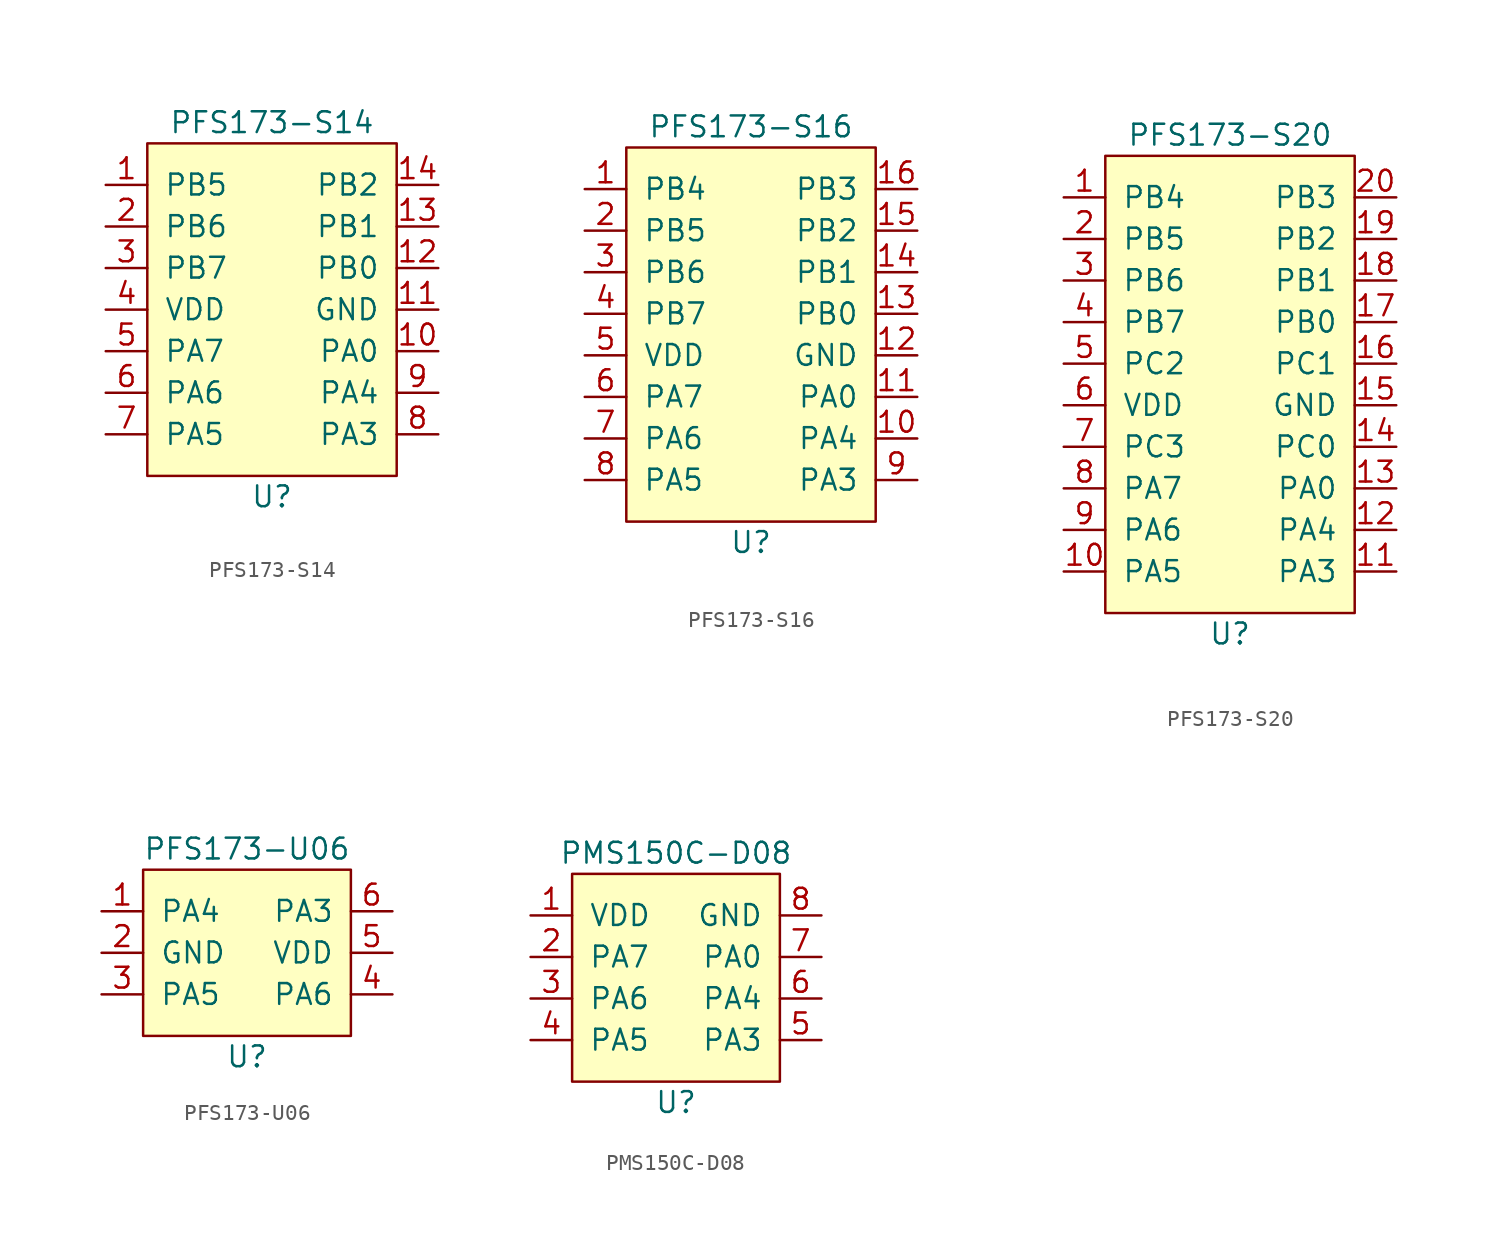
<source format=kicad_sym>
(kicad_symbol_lib
  (version 20211014)
  (generator kicad_symbol_editor)
  (symbol "PFS173-S14"
    (pin_names
      (offset 1.016))
    (property "Reference" "U"
      (at 0 -11.43 0)
      (effects (font (size 1.27 1.27))))
    (property "Value" "PFS173-S14"
      (at 0 11.43 0)
      (effects (font (size 1.27 1.27))))
    (symbol "PFS173-S14_0_1"
      (rectangle (start -7.62 10.16) (end 7.62 -10.16) (stroke (width 0) (type default) (color 0 0 0 0)) (fill (type background))))
    (symbol "PFS173-S14_1_1"
      (pin input line (at -10.16 7.62 0) (length 2.54) (name "PB5" (effects (font (size 1.27 1.27)))) (number "1" (effects (font (size 1.27 1.27)))))
      (pin input line (at 10.16 -2.54 180) (length 2.54) (name "PA0" (effects (font (size 1.27 1.27)))) (number "10" (effects (font (size 1.27 1.27)))))
      (pin input line (at 10.16 0 180) (length 2.54) (name "GND" (effects (font (size 1.27 1.27)))) (number "11" (effects (font (size 1.27 1.27)))))
      (pin input line (at 10.16 2.54 180) (length 2.54) (name "PB0" (effects (font (size 1.27 1.27)))) (number "12" (effects (font (size 1.27 1.27)))))
      (pin input line (at 10.16 5.08 180) (length 2.54) (name "PB1" (effects (font (size 1.27 1.27)))) (number "13" (effects (font (size 1.27 1.27)))))
      (pin input line (at 10.16 7.62 180) (length 2.54) (name "PB2" (effects (font (size 1.27 1.27)))) (number "14" (effects (font (size 1.27 1.27)))))
      (pin input line (at -10.16 5.08 0) (length 2.54) (name "PB6" (effects (font (size 1.27 1.27)))) (number "2" (effects (font (size 1.27 1.27)))))
      (pin input line (at -10.16 2.54 0) (length 2.54) (name "PB7" (effects (font (size 1.27 1.27)))) (number "3" (effects (font (size 1.27 1.27)))))
      (pin input line (at -10.16 0 0) (length 2.54) (name "VDD" (effects (font (size 1.27 1.27)))) (number "4" (effects (font (size 1.27 1.27)))))
      (pin input line (at -10.16 -2.54 0) (length 2.54) (name "PA7" (effects (font (size 1.27 1.27)))) (number "5" (effects (font (size 1.27 1.27)))))
      (pin input line (at -10.16 -5.08 0) (length 2.54) (name "PA6" (effects (font (size 1.27 1.27)))) (number "6" (effects (font (size 1.27 1.27)))))
      (pin input line (at -10.16 -7.62 0) (length 2.54) (name "PA5" (effects (font (size 1.27 1.27)))) (number "7" (effects (font (size 1.27 1.27)))))
      (pin input line (at 10.16 -7.62 180) (length 2.54) (name "PA3" (effects (font (size 1.27 1.27)))) (number "8" (effects (font (size 1.27 1.27)))))
      (pin input line (at 10.16 -5.08 180) (length 2.54) (name "PA4" (effects (font (size 1.27 1.27)))) (number "9" (effects (font (size 1.27 1.27)))))))
  (symbol "PFS173-S16"
    (pin_names
      (offset 1.016))
    (property "Reference" "U"
      (at 0 -12.7 0)
      (effects (font (size 1.27 1.27))))
    (property "Value" "PFS173-S16"
      (at 0 12.7 0)
      (effects (font (size 1.27 1.27))))
    (symbol "PFS173-S16_0_1"
      (rectangle (start -7.62 11.43) (end 7.62 -11.43) (stroke (width 0) (type default) (color 0 0 0 0)) (fill (type background))))
    (symbol "PFS173-S16_1_1"
      (pin input line (at -10.16 8.89 0) (length 2.54) (name "PB4" (effects (font (size 1.27 1.27)))) (number "1" (effects (font (size 1.27 1.27)))))
      (pin input line (at 10.16 -6.35 180) (length 2.54) (name "PA4" (effects (font (size 1.27 1.27)))) (number "10" (effects (font (size 1.27 1.27)))))
      (pin input line (at 10.16 -3.81 180) (length 2.54) (name "PA0" (effects (font (size 1.27 1.27)))) (number "11" (effects (font (size 1.27 1.27)))))
      (pin input line (at 10.16 -1.27 180) (length 2.54) (name "GND" (effects (font (size 1.27 1.27)))) (number "12" (effects (font (size 1.27 1.27)))))
      (pin input line (at 10.16 1.27 180) (length 2.54) (name "PB0" (effects (font (size 1.27 1.27)))) (number "13" (effects (font (size 1.27 1.27)))))
      (pin input line (at 10.16 3.81 180) (length 2.54) (name "PB1" (effects (font (size 1.27 1.27)))) (number "14" (effects (font (size 1.27 1.27)))))
      (pin input line (at 10.16 6.35 180) (length 2.54) (name "PB2" (effects (font (size 1.27 1.27)))) (number "15" (effects (font (size 1.27 1.27)))))
      (pin input line (at 10.16 8.89 180) (length 2.54) (name "PB3" (effects (font (size 1.27 1.27)))) (number "16" (effects (font (size 1.27 1.27)))))
      (pin input line (at -10.16 6.35 0) (length 2.54) (name "PB5" (effects (font (size 1.27 1.27)))) (number "2" (effects (font (size 1.27 1.27)))))
      (pin input line (at -10.16 3.81 0) (length 2.54) (name "PB6" (effects (font (size 1.27 1.27)))) (number "3" (effects (font (size 1.27 1.27)))))
      (pin input line (at -10.16 1.27 0) (length 2.54) (name "PB7" (effects (font (size 1.27 1.27)))) (number "4" (effects (font (size 1.27 1.27)))))
      (pin input line (at -10.16 -1.27 0) (length 2.54) (name "VDD" (effects (font (size 1.27 1.27)))) (number "5" (effects (font (size 1.27 1.27)))))
      (pin input line (at -10.16 -3.81 0) (length 2.54) (name "PA7" (effects (font (size 1.27 1.27)))) (number "6" (effects (font (size 1.27 1.27)))))
      (pin input line (at -10.16 -6.35 0) (length 2.54) (name "PA6" (effects (font (size 1.27 1.27)))) (number "7" (effects (font (size 1.27 1.27)))))
      (pin input line (at -10.16 -8.89 0) (length 2.54) (name "PA5" (effects (font (size 1.27 1.27)))) (number "8" (effects (font (size 1.27 1.27)))))
      (pin input line (at 10.16 -8.89 180) (length 2.54) (name "PA3" (effects (font (size 1.27 1.27)))) (number "9" (effects (font (size 1.27 1.27)))))))
  (symbol "PFS173-S20"
    (pin_names
      (offset 1.016))
    (property "Reference" "U"
      (at 0 -15.24 0)
      (effects (font (size 1.27 1.27))))
    (property "Value" "PFS173-S20"
      (at 0 15.24 0)
      (effects (font (size 1.27 1.27))))
    (symbol "PFS173-S20_0_1"
      (rectangle (start -7.62 13.97) (end 7.62 -13.97) (stroke (width 0) (type default) (color 0 0 0 0)) (fill (type background))))
    (symbol "PFS173-S20_1_1"
      (pin input line (at -10.16 11.43 0) (length 2.54) (name "PB4" (effects (font (size 1.27 1.27)))) (number "1" (effects (font (size 1.27 1.27)))))
      (pin input line (at -10.16 -11.43 0) (length 2.54) (name "PA5" (effects (font (size 1.27 1.27)))) (number "10" (effects (font (size 1.27 1.27)))))
      (pin input line (at 10.16 -11.43 180) (length 2.54) (name "PA3" (effects (font (size 1.27 1.27)))) (number "11" (effects (font (size 1.27 1.27)))))
      (pin input line (at 10.16 -8.89 180) (length 2.54) (name "PA4" (effects (font (size 1.27 1.27)))) (number "12" (effects (font (size 1.27 1.27)))))
      (pin input line (at 10.16 -6.35 180) (length 2.54) (name "PA0" (effects (font (size 1.27 1.27)))) (number "13" (effects (font (size 1.27 1.27)))))
      (pin input line (at 10.16 -3.81 180) (length 2.54) (name "PC0" (effects (font (size 1.27 1.27)))) (number "14" (effects (font (size 1.27 1.27)))))
      (pin input line (at 10.16 -1.27 180) (length 2.54) (name "GND" (effects (font (size 1.27 1.27)))) (number "15" (effects (font (size 1.27 1.27)))))
      (pin input line (at 10.16 1.27 180) (length 2.54) (name "PC1" (effects (font (size 1.27 1.27)))) (number "16" (effects (font (size 1.27 1.27)))))
      (pin input line (at 10.16 3.81 180) (length 2.54) (name "PB0" (effects (font (size 1.27 1.27)))) (number "17" (effects (font (size 1.27 1.27)))))
      (pin input line (at 10.16 6.35 180) (length 2.54) (name "PB1" (effects (font (size 1.27 1.27)))) (number "18" (effects (font (size 1.27 1.27)))))
      (pin input line (at 10.16 8.89 180) (length 2.54) (name "PB2" (effects (font (size 1.27 1.27)))) (number "19" (effects (font (size 1.27 1.27)))))
      (pin input line (at -10.16 8.89 0) (length 2.54) (name "PB5" (effects (font (size 1.27 1.27)))) (number "2" (effects (font (size 1.27 1.27)))))
      (pin input line (at 10.16 11.43 180) (length 2.54) (name "PB3" (effects (font (size 1.27 1.27)))) (number "20" (effects (font (size 1.27 1.27)))))
      (pin input line (at -10.16 6.35 0) (length 2.54) (name "PB6" (effects (font (size 1.27 1.27)))) (number "3" (effects (font (size 1.27 1.27)))))
      (pin input line (at -10.16 3.81 0) (length 2.54) (name "PB7" (effects (font (size 1.27 1.27)))) (number "4" (effects (font (size 1.27 1.27)))))
      (pin input line (at -10.16 1.27 0) (length 2.54) (name "PC2" (effects (font (size 1.27 1.27)))) (number "5" (effects (font (size 1.27 1.27)))))
      (pin input line (at -10.16 -1.27 0) (length 2.54) (name "VDD" (effects (font (size 1.27 1.27)))) (number "6" (effects (font (size 1.27 1.27)))))
      (pin input line (at -10.16 -3.81 0) (length 2.54) (name "PC3" (effects (font (size 1.27 1.27)))) (number "7" (effects (font (size 1.27 1.27)))))
      (pin input line (at -10.16 -6.35 0) (length 2.54) (name "PA7" (effects (font (size 1.27 1.27)))) (number "8" (effects (font (size 1.27 1.27)))))
      (pin input line (at -10.16 -8.89 0) (length 2.54) (name "PA6" (effects (font (size 1.27 1.27)))) (number "9" (effects (font (size 1.27 1.27)))))))
  (symbol "PFS173-U06"
    (pin_names
      (offset 1.016))
    (property "Reference" "U"
      (at 0 -6.35 0)
      (effects (font (size 1.27 1.27))))
    (property "Value" "PFS173-U06"
      (at 0 6.35 0)
      (effects (font (size 1.27 1.27))))
    (symbol "PFS173-U06_0_1"
      (rectangle (start -6.35 5.08) (end 6.35 -5.08) (stroke (width 0) (type default) (color 0 0 0 0)) (fill (type background))))
    (symbol "PFS173-U06_1_1"
      (pin input line (at -8.89 2.54 0) (length 2.54) (name "PA4" (effects (font (size 1.27 1.27)))) (number "1" (effects (font (size 1.27 1.27)))))
      (pin input line (at -8.89 0 0) (length 2.54) (name "GND" (effects (font (size 1.27 1.27)))) (number "2" (effects (font (size 1.27 1.27)))))
      (pin input line (at -8.89 -2.54 0) (length 2.54) (name "PA5" (effects (font (size 1.27 1.27)))) (number "3" (effects (font (size 1.27 1.27)))))
      (pin input line (at 8.89 -2.54 180) (length 2.54) (name "PA6" (effects (font (size 1.27 1.27)))) (number "4" (effects (font (size 1.27 1.27)))))
      (pin input line (at 8.89 0 180) (length 2.54) (name "VDD" (effects (font (size 1.27 1.27)))) (number "5" (effects (font (size 1.27 1.27)))))
      (pin input line (at 8.89 2.54 180) (length 2.54) (name "PA3" (effects (font (size 1.27 1.27)))) (number "6" (effects (font (size 1.27 1.27)))))))
  (symbol "PMS150C-D08"
    (pin_names
      (offset 1.016))
    (property "Reference" "U"
      (at 0 -7.62 0)
      (effects (font (size 1.27 1.27))))
    (property "Value" "PMS150C-D08"
      (at 0 7.62 0)
      (effects (font (size 1.27 1.27))))
    (symbol "PMS150C-D08_0_1"
      (rectangle (start -6.35 6.35) (end 6.35 -6.35) (stroke (width 0) (type default) (color 0 0 0 0)) (fill (type background))))
    (symbol "PMS150C-D08_1_1"
      (pin input line (at -8.89 3.81 0) (length 2.54) (name "VDD" (effects (font (size 1.27 1.27)))) (number "1" (effects (font (size 1.27 1.27)))))
      (pin input line (at -8.89 1.27 0) (length 2.54) (name "PA7" (effects (font (size 1.27 1.27)))) (number "2" (effects (font (size 1.27 1.27)))))
      (pin input line (at -8.89 -1.27 0) (length 2.54) (name "PA6" (effects (font (size 1.27 1.27)))) (number "3" (effects (font (size 1.27 1.27)))))
      (pin input line (at -8.89 -3.81 0) (length 2.54) (name "PA5" (effects (font (size 1.27 1.27)))) (number "4" (effects (font (size 1.27 1.27)))))
      (pin input line (at 8.89 -3.81 180) (length 2.54) (name "PA3" (effects (font (size 1.27 1.27)))) (number "5" (effects (font (size 1.27 1.27)))))
      (pin input line (at 8.89 -1.27 180) (length 2.54) (name "PA4" (effects (font (size 1.27 1.27)))) (number "6" (effects (font (size 1.27 1.27)))))
      (pin input line (at 8.89 1.27 180) (length 2.54) (name "PA0" (effects (font (size 1.27 1.27)))) (number "7" (effects (font (size 1.27 1.27)))))
      (pin input line (at 8.89 3.81 180) (length 2.54) (name "GND" (effects (font (size 1.27 1.27)))) (number "8" (effects (font (size 1.27 1.27))))))))
</source>
